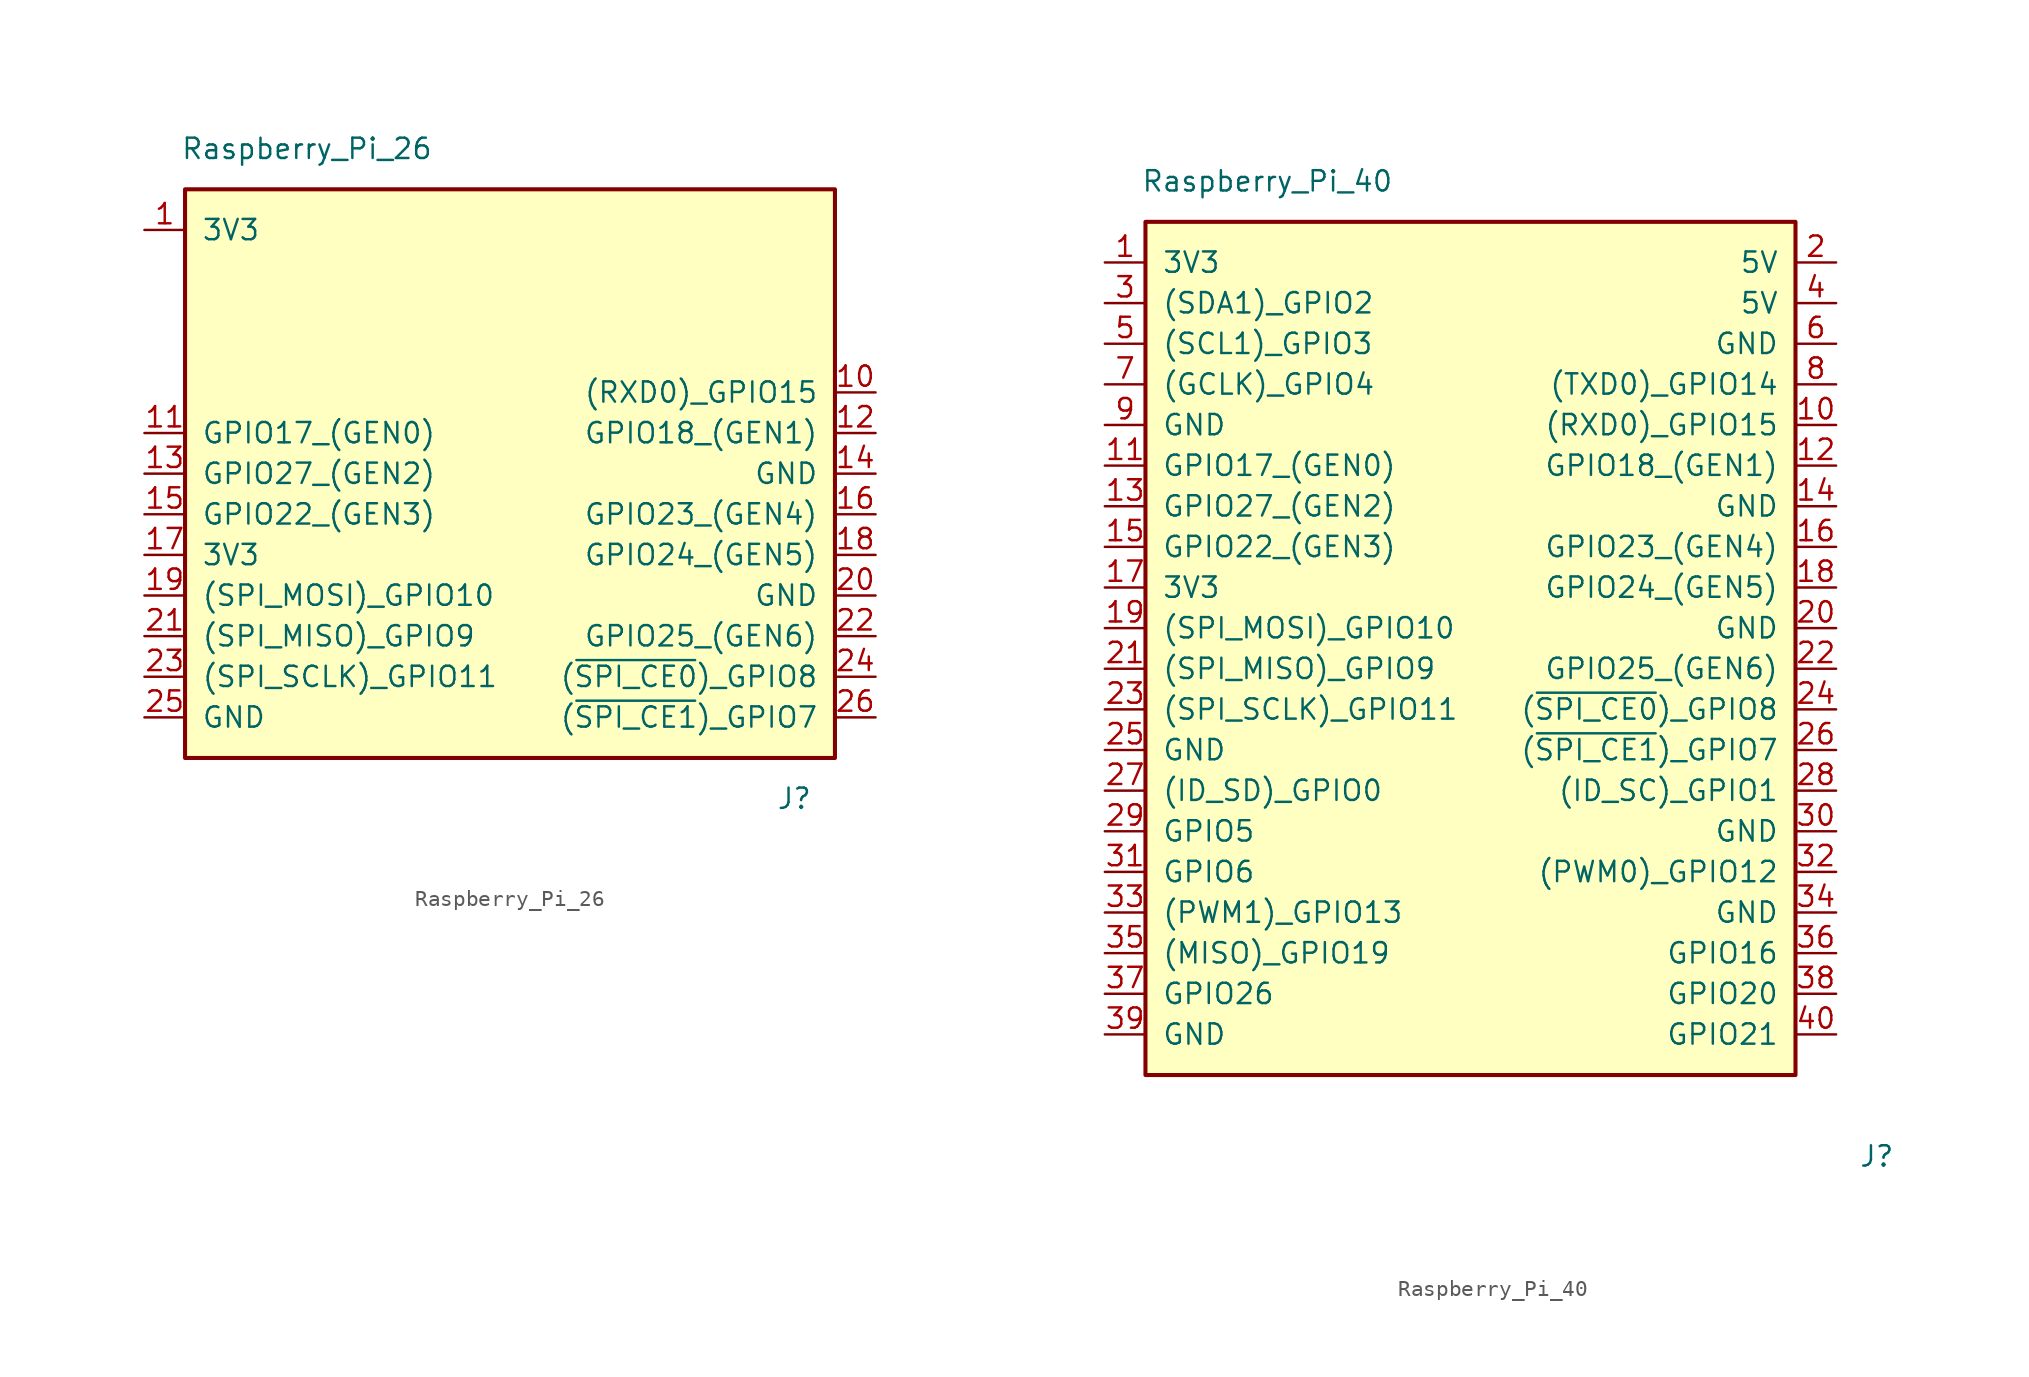
<source format=kicad_sym>
(kicad_symbol_lib
  (version 20211014)
  (generator kicad_symbol_editor)
  (symbol "Raspberry_Pi_26"
    (pin_names
      (offset 1.016))
    (property "Reference" "J"
      (at 17.78 -7.62 0)
      (effects (font (size 1.27 1.27))))
    (property "Value" "Raspberry_Pi_26"
      (at -12.7 33.02 0)
      (effects (font (size 1.27 1.27))))
    (symbol "Raspberry_Pi_26_0_1"
      (rectangle (start -20.32 30.48) (end 20.32 -5.08) (stroke (width 0.254) (type default) (color 0 0 0 0)) (fill (type background))))
    (symbol "Raspberry_Pi_26_1_1"
      (pin power_out line (at -22.86 27.94 0) (length 2.54) (name "3V3" (effects (font (size 1.27 1.27)))) (number "1" (effects (font (size 1.27 1.27)))))
      (pin bidirectional line (at 22.86 17.78 180) (length 2.54) (name "(RXD0)_GPIO15" (effects (font (size 1.27 1.27)))) (number "10" (effects (font (size 1.27 1.27)))))
      (pin bidirectional line (at -22.86 15.24 0) (length 2.54) (name "GPIO17_(GEN0)" (effects (font (size 1.27 1.27)))) (number "11" (effects (font (size 1.27 1.27)))))
      (pin bidirectional line (at 22.86 15.24 180) (length 2.54) (name "GPIO18_(GEN1)" (effects (font (size 1.27 1.27)))) (number "12" (effects (font (size 1.27 1.27)))))
      (pin bidirectional line (at -22.86 12.7 0) (length 2.54) (name "GPIO27_(GEN2)" (effects (font (size 1.27 1.27)))) (number "13" (effects (font (size 1.27 1.27)))))
      (pin passive line (at 22.86 12.7 180) (length 2.54) (name "GND" (effects (font (size 1.27 1.27)))) (number "14" (effects (font (size 1.27 1.27)))))
      (pin bidirectional line (at -22.86 10.16 0) (length 2.54) (name "GPIO22_(GEN3)" (effects (font (size 1.27 1.27)))) (number "15" (effects (font (size 1.27 1.27)))))
      (pin bidirectional line (at 22.86 10.16 180) (length 2.54) (name "GPIO23_(GEN4)" (effects (font (size 1.27 1.27)))) (number "16" (effects (font (size 1.27 1.27)))))
      (pin power_out line (at -22.86 7.62 0) (length 2.54) (name "3V3" (effects (font (size 1.27 1.27)))) (number "17" (effects (font (size 1.27 1.27)))))
      (pin bidirectional line (at 22.86 7.62 180) (length 2.54) (name "GPIO24_(GEN5)" (effects (font (size 1.27 1.27)))) (number "18" (effects (font (size 1.27 1.27)))))
      (pin bidirectional line (at -22.86 5.08 0) (length 2.54) (name "(SPI_MOSI)_GPIO10" (effects (font (size 1.27 1.27)))) (number "19" (effects (font (size 1.27 1.27)))))
      (pin passive line (at 22.86 5.08 180) (length 2.54) (name "GND" (effects (font (size 1.27 1.27)))) (number "20" (effects (font (size 1.27 1.27)))))
      (pin bidirectional line (at -22.86 2.54 0) (length 2.54) (name "(SPI_MISO)_GPIO9" (effects (font (size 1.27 1.27)))) (number "21" (effects (font (size 1.27 1.27)))))
      (pin bidirectional line (at 22.86 2.54 180) (length 2.54) (name "GPIO25_(GEN6)" (effects (font (size 1.27 1.27)))) (number "22" (effects (font (size 1.27 1.27)))))
      (pin bidirectional line (at -22.86 0 0) (length 2.54) (name "(SPI_SCLK)_GPIO11" (effects (font (size 1.27 1.27)))) (number "23" (effects (font (size 1.27 1.27)))))
      (pin bidirectional line (at 22.86 0 180) (length 2.54) (name "(~{SPI_CE0})_GPIO8" (effects (font (size 1.27 1.27)))) (number "24" (effects (font (size 1.27 1.27)))))
      (pin passive line (at -22.86 -2.54 0) (length 2.54) (name "GND" (effects (font (size 1.27 1.27)))) (number "25" (effects (font (size 1.27 1.27)))))
      (pin bidirectional line (at 22.86 -2.54 180) (length 2.54) (name "(~{SPI_CE1})_GPIO7" (effects (font (size 1.27 1.27)))) (number "26" (effects (font (size 1.27 1.27)))))))
  (symbol "Raspberry_Pi_40"
    (pin_names
      (offset 1.016))
    (property "Reference" "J"
      (at 25.4 -27.94 0)
      (effects (font (size 1.27 1.27))))
    (property "Value" "Raspberry_Pi_40"
      (at -12.7 33.02 0)
      (effects (font (size 1.27 1.27))))
    (symbol "Raspberry_Pi_40_0_1"
      (rectangle (start -20.32 30.48) (end 20.32 -22.86) (stroke (width 0.254) (type default) (color 0 0 0 0)) (fill (type background))))
    (symbol "Raspberry_Pi_40_1_1"
      (pin power_out line (at -22.86 27.94 0) (length 2.54) (name "3V3" (effects (font (size 1.27 1.27)))) (number "1" (effects (font (size 1.27 1.27)))))
      (pin bidirectional line (at 22.86 17.78 180) (length 2.54) (name "(RXD0)_GPIO15" (effects (font (size 1.27 1.27)))) (number "10" (effects (font (size 1.27 1.27)))))
      (pin bidirectional line (at -22.86 15.24 0) (length 2.54) (name "GPIO17_(GEN0)" (effects (font (size 1.27 1.27)))) (number "11" (effects (font (size 1.27 1.27)))))
      (pin bidirectional line (at 22.86 15.24 180) (length 2.54) (name "GPIO18_(GEN1)" (effects (font (size 1.27 1.27)))) (number "12" (effects (font (size 1.27 1.27)))))
      (pin bidirectional line (at -22.86 12.7 0) (length 2.54) (name "GPIO27_(GEN2)" (effects (font (size 1.27 1.27)))) (number "13" (effects (font (size 1.27 1.27)))))
      (pin passive line (at 22.86 12.7 180) (length 2.54) (name "GND" (effects (font (size 1.27 1.27)))) (number "14" (effects (font (size 1.27 1.27)))))
      (pin bidirectional line (at -22.86 10.16 0) (length 2.54) (name "GPIO22_(GEN3)" (effects (font (size 1.27 1.27)))) (number "15" (effects (font (size 1.27 1.27)))))
      (pin bidirectional line (at 22.86 10.16 180) (length 2.54) (name "GPIO23_(GEN4)" (effects (font (size 1.27 1.27)))) (number "16" (effects (font (size 1.27 1.27)))))
      (pin power_out line (at -22.86 7.62 0) (length 2.54) (name "3V3" (effects (font (size 1.27 1.27)))) (number "17" (effects (font (size 1.27 1.27)))))
      (pin bidirectional line (at 22.86 7.62 180) (length 2.54) (name "GPIO24_(GEN5)" (effects (font (size 1.27 1.27)))) (number "18" (effects (font (size 1.27 1.27)))))
      (pin bidirectional line (at -22.86 5.08 0) (length 2.54) (name "(SPI_MOSI)_GPIO10" (effects (font (size 1.27 1.27)))) (number "19" (effects (font (size 1.27 1.27)))))
      (pin passive line (at 22.86 27.94 180) (length 2.54) (name "5V" (effects (font (size 1.27 1.27)))) (number "2" (effects (font (size 1.27 1.27)))))
      (pin passive line (at 22.86 5.08 180) (length 2.54) (name "GND" (effects (font (size 1.27 1.27)))) (number "20" (effects (font (size 1.27 1.27)))))
      (pin bidirectional line (at -22.86 2.54 0) (length 2.54) (name "(SPI_MISO)_GPIO9" (effects (font (size 1.27 1.27)))) (number "21" (effects (font (size 1.27 1.27)))))
      (pin bidirectional line (at 22.86 2.54 180) (length 2.54) (name "GPIO25_(GEN6)" (effects (font (size 1.27 1.27)))) (number "22" (effects (font (size 1.27 1.27)))))
      (pin bidirectional line (at -22.86 0 0) (length 2.54) (name "(SPI_SCLK)_GPIO11" (effects (font (size 1.27 1.27)))) (number "23" (effects (font (size 1.27 1.27)))))
      (pin bidirectional line (at 22.86 0 180) (length 2.54) (name "(~{SPI_CE0})_GPIO8" (effects (font (size 1.27 1.27)))) (number "24" (effects (font (size 1.27 1.27)))))
      (pin passive line (at -22.86 -2.54 0) (length 2.54) (name "GND" (effects (font (size 1.27 1.27)))) (number "25" (effects (font (size 1.27 1.27)))))
      (pin bidirectional line (at 22.86 -2.54 180) (length 2.54) (name "(~{SPI_CE1})_GPIO7" (effects (font (size 1.27 1.27)))) (number "26" (effects (font (size 1.27 1.27)))))
      (pin bidirectional line (at -22.86 -5.08 0) (length 2.54) (name "(ID_SD)_GPIO0" (effects (font (size 1.27 1.27)))) (number "27" (effects (font (size 1.27 1.27)))))
      (pin bidirectional line (at 22.86 -5.08 180) (length 2.54) (name "(ID_SC)_GPIO1" (effects (font (size 1.27 1.27)))) (number "28" (effects (font (size 1.27 1.27)))))
      (pin bidirectional line (at -22.86 -7.62 0) (length 2.54) (name "GPIO5" (effects (font (size 1.27 1.27)))) (number "29" (effects (font (size 1.27 1.27)))))
      (pin bidirectional line (at -22.86 25.4 0) (length 2.54) (name "(SDA1)_GPIO2" (effects (font (size 1.27 1.27)))) (number "3" (effects (font (size 1.27 1.27)))))
      (pin passive line (at 22.86 -7.62 180) (length 2.54) (name "GND" (effects (font (size 1.27 1.27)))) (number "30" (effects (font (size 1.27 1.27)))))
      (pin bidirectional line (at -22.86 -10.16 0) (length 2.54) (name "GPIO6" (effects (font (size 1.27 1.27)))) (number "31" (effects (font (size 1.27 1.27)))))
      (pin bidirectional line (at 22.86 -10.16 180) (length 2.54) (name "(PWM0)_GPIO12" (effects (font (size 1.27 1.27)))) (number "32" (effects (font (size 1.27 1.27)))))
      (pin bidirectional line (at -22.86 -12.7 0) (length 2.54) (name "(PWM1)_GPIO13" (effects (font (size 1.27 1.27)))) (number "33" (effects (font (size 1.27 1.27)))))
      (pin passive line (at 22.86 -12.7 180) (length 2.54) (name "GND" (effects (font (size 1.27 1.27)))) (number "34" (effects (font (size 1.27 1.27)))))
      (pin bidirectional line (at -22.86 -15.24 0) (length 2.54) (name "(MISO)_GPIO19" (effects (font (size 1.27 1.27)))) (number "35" (effects (font (size 1.27 1.27)))))
      (pin bidirectional line (at 22.86 -15.24 180) (length 2.54) (name "GPIO16" (effects (font (size 1.27 1.27)))) (number "36" (effects (font (size 1.27 1.27)))))
      (pin bidirectional line (at -22.86 -17.78 0) (length 2.54) (name "GPIO26" (effects (font (size 1.27 1.27)))) (number "37" (effects (font (size 1.27 1.27)))))
      (pin bidirectional line (at 22.86 -17.78 180) (length 2.54) (name "GPIO20" (effects (font (size 1.27 1.27)))) (number "38" (effects (font (size 1.27 1.27)))))
      (pin passive line (at -22.86 -20.32 0) (length 2.54) (name "GND" (effects (font (size 1.27 1.27)))) (number "39" (effects (font (size 1.27 1.27)))))
      (pin passive line (at 22.86 25.4 180) (length 2.54) (name "5V" (effects (font (size 1.27 1.27)))) (number "4" (effects (font (size 1.27 1.27)))))
      (pin bidirectional line (at 22.86 -20.32 180) (length 2.54) (name "GPIO21" (effects (font (size 1.27 1.27)))) (number "40" (effects (font (size 1.27 1.27)))))
      (pin bidirectional line (at -22.86 22.86 0) (length 2.54) (name "(SCL1)_GPIO3" (effects (font (size 1.27 1.27)))) (number "5" (effects (font (size 1.27 1.27)))))
      (pin passive line (at 22.86 22.86 180) (length 2.54) (name "GND" (effects (font (size 1.27 1.27)))) (number "6" (effects (font (size 1.27 1.27)))))
      (pin bidirectional line (at -22.86 20.32 0) (length 2.54) (name "(GCLK)_GPIO4" (effects (font (size 1.27 1.27)))) (number "7" (effects (font (size 1.27 1.27)))))
      (pin bidirectional line (at 22.86 20.32 180) (length 2.54) (name "(TXD0)_GPIO14" (effects (font (size 1.27 1.27)))) (number "8" (effects (font (size 1.27 1.27)))))
      (pin passive line (at -22.86 17.78 0) (length 2.54) (name "GND" (effects (font (size 1.27 1.27)))) (number "9" (effects (font (size 1.27 1.27))))))))
</source>
